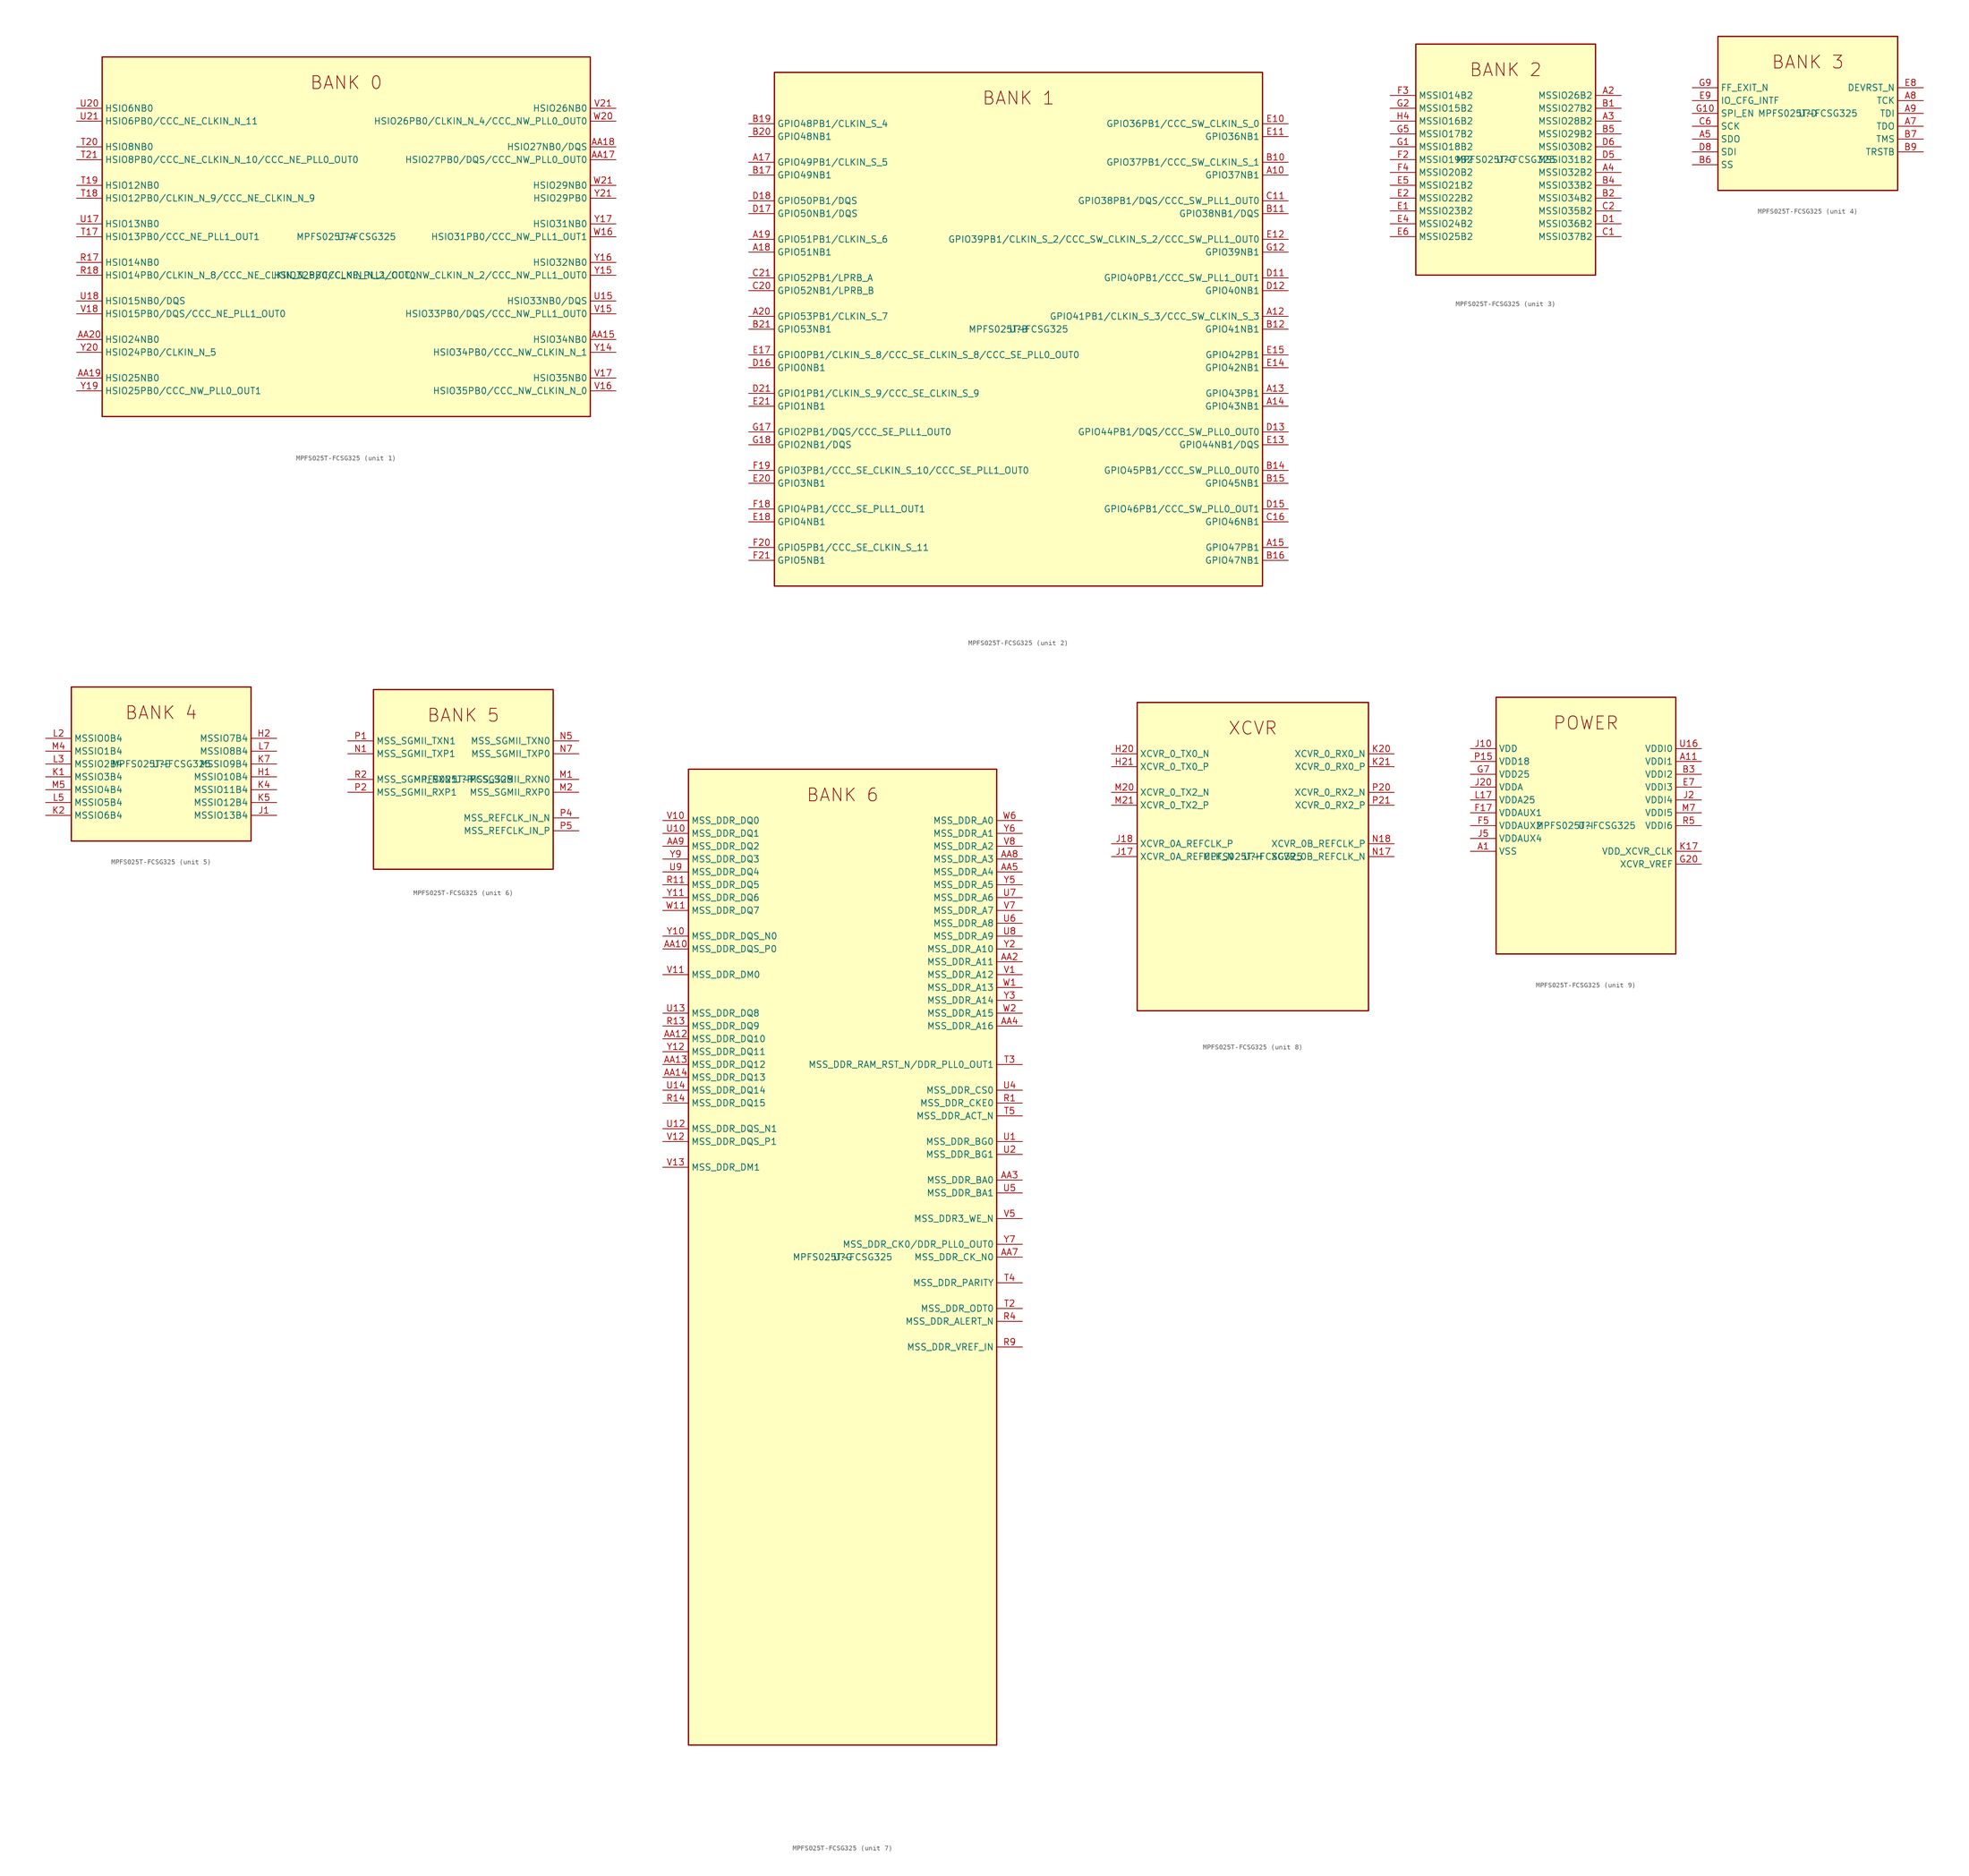
<source format=kicad_sym>
(kicad_symbol_lib
  (version 20211014)
  (generator kicad-library-utils)
  (symbol "MPFS025T-FCSG325"
    (property "Reference" "U"
      (at 0.0 0.0 0.0)
      (effects (font (size 1.27 1.27))))
    (property "Value" "MPFS025T-FCSG325"
      (at 0.0 0.0 0.0)
      (effects (font (size 1.27 1.27))))
    (property "ki_fp_filters" "Package?BGA:FCSG325?11x11mm?Layout21x21?P0.5mm*"
      (at 0.0 0.0 0.0)
      (effects (font (size 1.27 1.27))))
    (symbol "MPFS025T-FCSG325_1_1"
      (text "BANK 0" (at 0.0 30.48 0) (effects (font (size 2.54 2.54))))
      (rectangle (start -48.26 -35.56) (end 48.26 35.56) (stroke (width 0.254)) (fill (type background)))
      (pin bidirectional line (at -53.34 25.4 0) (length 5.08) (name "HSIO6NB0" (effects (font (size 1.27 1.27)))) (number "U20" (effects (font (size 1.27 1.27)))))
      (pin bidirectional line (at -53.34 22.86 0) (length 5.08) (name "HSIO6PB0/CCC_NE_CLKIN_N_11" (effects (font (size 1.27 1.27)))) (number "U21" (effects (font (size 1.27 1.27)))))
      (pin bidirectional line (at -53.34 17.78 0) (length 5.08) (name "HSIO8NB0" (effects (font (size 1.27 1.27)))) (number "T20" (effects (font (size 1.27 1.27)))))
      (pin bidirectional line (at -53.34 15.24 0) (length 5.08) (name "HSIO8PB0/CCC_NE_CLKIN_N_10/CCC_NE_PLL0_OUT0" (effects (font (size 1.27 1.27)))) (number "T21" (effects (font (size 1.27 1.27)))))
      (pin bidirectional line (at -53.34 10.16 0) (length 5.08) (name "HSIO12NB0" (effects (font (size 1.27 1.27)))) (number "T19" (effects (font (size 1.27 1.27)))))
      (pin bidirectional line (at -53.34 7.62 0) (length 5.08) (name "HSIO12PB0/CLKIN_N_9/CCC_NE_CLKIN_N_9" (effects (font (size 1.27 1.27)))) (number "T18" (effects (font (size 1.27 1.27)))))
      (pin bidirectional line (at -53.34 2.54 0) (length 5.08) (name "HSIO13NB0" (effects (font (size 1.27 1.27)))) (number "U17" (effects (font (size 1.27 1.27)))))
      (pin bidirectional line (at -53.34 0.0 0) (length 5.08) (name "HSIO13PB0/CCC_NE_PLL1_OUT1" (effects (font (size 1.27 1.27)))) (number "T17" (effects (font (size 1.27 1.27)))))
      (pin bidirectional line (at -53.34 -5.08 0) (length 5.08) (name "HSIO14NB0" (effects (font (size 1.27 1.27)))) (number "R17" (effects (font (size 1.27 1.27)))))
      (pin bidirectional line (at -53.34 -7.62 0) (length 5.08) (name "HSIO14PB0/CLKIN_N_8/CCC_NE_CLKIN_N_8/CCC_NE_PLL1_OUT0" (effects (font (size 1.27 1.27)))) (number "R18" (effects (font (size 1.27 1.27)))))
      (pin bidirectional line (at -53.34 -12.7 0) (length 5.08) (name "HSIO15NB0/DQS" (effects (font (size 1.27 1.27)))) (number "U18" (effects (font (size 1.27 1.27)))))
      (pin bidirectional line (at -53.34 -15.24 0) (length 5.08) (name "HSIO15PB0/DQS/CCC_NE_PLL1_OUT0" (effects (font (size 1.27 1.27)))) (number "V18" (effects (font (size 1.27 1.27)))))
      (pin bidirectional line (at -53.34 -20.32 0) (length 5.08) (name "HSIO24NB0" (effects (font (size 1.27 1.27)))) (number "AA20" (effects (font (size 1.27 1.27)))))
      (pin bidirectional line (at -53.34 -22.86 0) (length 5.08) (name "HSIO24PB0/CLKIN_N_5" (effects (font (size 1.27 1.27)))) (number "Y20" (effects (font (size 1.27 1.27)))))
      (pin bidirectional line (at -53.34 -27.94 0) (length 5.08) (name "HSIO25NB0" (effects (font (size 1.27 1.27)))) (number "AA19" (effects (font (size 1.27 1.27)))))
      (pin bidirectional line (at -53.34 -30.48 0) (length 5.08) (name "HSIO25PB0/CCC_NW_PLL0_OUT1" (effects (font (size 1.27 1.27)))) (number "Y19" (effects (font (size 1.27 1.27)))))
      (pin bidirectional line (at 53.34 25.4 180) (length 5.08) (name "HSIO26NB0" (effects (font (size 1.27 1.27)))) (number "V21" (effects (font (size 1.27 1.27)))))
      (pin bidirectional line (at 53.34 22.86 180) (length 5.08) (name "HSIO26PB0/CLKIN_N_4/CCC_NW_PLL0_OUT0" (effects (font (size 1.27 1.27)))) (number "W20" (effects (font (size 1.27 1.27)))))
      (pin bidirectional line (at 53.34 17.78 180) (length 5.08) (name "HSIO27NB0/DQS" (effects (font (size 1.27 1.27)))) (number "AA18" (effects (font (size 1.27 1.27)))))
      (pin bidirectional line (at 53.34 15.24 180) (length 5.08) (name "HSIO27PB0/DQS/CCC_NW_PLL0_OUT0" (effects (font (size 1.27 1.27)))) (number "AA17" (effects (font (size 1.27 1.27)))))
      (pin bidirectional line (at 53.34 10.16 180) (length 5.08) (name "HSIO29NB0" (effects (font (size 1.27 1.27)))) (number "W21" (effects (font (size 1.27 1.27)))))
      (pin bidirectional line (at 53.34 7.62 180) (length 5.08) (name "HSIO29PB0" (effects (font (size 1.27 1.27)))) (number "Y21" (effects (font (size 1.27 1.27)))))
      (pin bidirectional line (at 53.34 2.54 180) (length 5.08) (name "HSIO31NB0" (effects (font (size 1.27 1.27)))) (number "Y17" (effects (font (size 1.27 1.27)))))
      (pin bidirectional line (at 53.34 0.0 180) (length 5.08) (name "HSIO31PB0/CCC_NW_PLL1_OUT1" (effects (font (size 1.27 1.27)))) (number "W16" (effects (font (size 1.27 1.27)))))
      (pin bidirectional line (at 53.34 -5.08 180) (length 5.08) (name "HSIO32NB0" (effects (font (size 1.27 1.27)))) (number "Y16" (effects (font (size 1.27 1.27)))))
      (pin bidirectional line (at 53.34 -7.62 180) (length 5.08) (name "HSIO32PB0/CLKIN_N_2/CCC_NW_CLKIN_N_2/CCC_NW_PLL1_OUT0" (effects (font (size 1.27 1.27)))) (number "Y15" (effects (font (size 1.27 1.27)))))
      (pin bidirectional line (at 53.34 -12.7 180) (length 5.08) (name "HSIO33NB0/DQS" (effects (font (size 1.27 1.27)))) (number "U15" (effects (font (size 1.27 1.27)))))
      (pin bidirectional line (at 53.34 -15.24 180) (length 5.08) (name "HSIO33PB0/DQS/CCC_NW_PLL1_OUT0" (effects (font (size 1.27 1.27)))) (number "V15" (effects (font (size 1.27 1.27)))))
      (pin bidirectional line (at 53.34 -20.32 180) (length 5.08) (name "HSIO34NB0" (effects (font (size 1.27 1.27)))) (number "AA15" (effects (font (size 1.27 1.27)))))
      (pin bidirectional line (at 53.34 -22.86 180) (length 5.08) (name "HSIO34PB0/CCC_NW_CLKIN_N_1" (effects (font (size 1.27 1.27)))) (number "Y14" (effects (font (size 1.27 1.27)))))
      (pin bidirectional line (at 53.34 -27.94 180) (length 5.08) (name "HSIO35NB0" (effects (font (size 1.27 1.27)))) (number "V17" (effects (font (size 1.27 1.27)))))
      (pin bidirectional line (at 53.34 -30.48 180) (length 5.08) (name "HSIO35PB0/CCC_NW_CLKIN_N_0" (effects (font (size 1.27 1.27)))) (number "V16" (effects (font (size 1.27 1.27))))))
    (symbol "MPFS025T-FCSG325_2_1"
      (text "BANK 1" (at 0.0 45.72 0) (effects (font (size 2.54 2.54))))
      (rectangle (start -48.26 -50.8) (end 48.26 50.8) (stroke (width 0.254)) (fill (type background)))
      (pin bidirectional line (at -53.34 40.64 0) (length 5.08) (name "GPIO48PB1/CLKIN_S_4" (effects (font (size 1.27 1.27)))) (number "B19" (effects (font (size 1.27 1.27)))))
      (pin bidirectional line (at -53.34 38.1 0) (length 5.08) (name "GPIO48NB1" (effects (font (size 1.27 1.27)))) (number "B20" (effects (font (size 1.27 1.27)))))
      (pin bidirectional line (at -53.34 33.02 0) (length 5.08) (name "GPIO49PB1/CLKIN_S_5" (effects (font (size 1.27 1.27)))) (number "A17" (effects (font (size 1.27 1.27)))))
      (pin bidirectional line (at -53.34 30.48 0) (length 5.08) (name "GPIO49NB1" (effects (font (size 1.27 1.27)))) (number "B17" (effects (font (size 1.27 1.27)))))
      (pin bidirectional line (at -53.34 25.4 0) (length 5.08) (name "GPIO50PB1/DQS" (effects (font (size 1.27 1.27)))) (number "D18" (effects (font (size 1.27 1.27)))))
      (pin bidirectional line (at -53.34 22.86 0) (length 5.08) (name "GPIO50NB1/DQS" (effects (font (size 1.27 1.27)))) (number "D17" (effects (font (size 1.27 1.27)))))
      (pin bidirectional line (at -53.34 17.78 0) (length 5.08) (name "GPIO51PB1/CLKIN_S_6" (effects (font (size 1.27 1.27)))) (number "A19" (effects (font (size 1.27 1.27)))))
      (pin bidirectional line (at -53.34 15.24 0) (length 5.08) (name "GPIO51NB1" (effects (font (size 1.27 1.27)))) (number "A18" (effects (font (size 1.27 1.27)))))
      (pin bidirectional line (at -53.34 10.16 0) (length 5.08) (name "GPIO52PB1/LPRB_A" (effects (font (size 1.27 1.27)))) (number "C21" (effects (font (size 1.27 1.27)))))
      (pin bidirectional line (at -53.34 7.62 0) (length 5.08) (name "GPIO52NB1/LPRB_B" (effects (font (size 1.27 1.27)))) (number "C20" (effects (font (size 1.27 1.27)))))
      (pin bidirectional line (at -53.34 2.54 0) (length 5.08) (name "GPIO53PB1/CLKIN_S_7" (effects (font (size 1.27 1.27)))) (number "A20" (effects (font (size 1.27 1.27)))))
      (pin bidirectional line (at -53.34 0.0 0) (length 5.08) (name "GPIO53NB1" (effects (font (size 1.27 1.27)))) (number "B21" (effects (font (size 1.27 1.27)))))
      (pin bidirectional line (at -53.34 -5.08 0) (length 5.08) (name "GPIO0PB1/CLKIN_S_8/CCC_SE_CLKIN_S_8/CCC_SE_PLL0_OUT0" (effects (font (size 1.27 1.27)))) (number "E17" (effects (font (size 1.27 1.27)))))
      (pin bidirectional line (at -53.34 -7.62 0) (length 5.08) (name "GPIO0NB1" (effects (font (size 1.27 1.27)))) (number "D16" (effects (font (size 1.27 1.27)))))
      (pin bidirectional line (at -53.34 -12.7 0) (length 5.08) (name "GPIO1PB1/CLKIN_S_9/CCC_SE_CLKIN_S_9" (effects (font (size 1.27 1.27)))) (number "D21" (effects (font (size 1.27 1.27)))))
      (pin bidirectional line (at -53.34 -15.24 0) (length 5.08) (name "GPIO1NB1" (effects (font (size 1.27 1.27)))) (number "E21" (effects (font (size 1.27 1.27)))))
      (pin bidirectional line (at -53.34 -20.32 0) (length 5.08) (name "GPIO2PB1/DQS/CCC_SE_PLL1_OUT0" (effects (font (size 1.27 1.27)))) (number "G17" (effects (font (size 1.27 1.27)))))
      (pin bidirectional line (at -53.34 -22.86 0) (length 5.08) (name "GPIO2NB1/DQS" (effects (font (size 1.27 1.27)))) (number "G18" (effects (font (size 1.27 1.27)))))
      (pin bidirectional line (at -53.34 -27.94 0) (length 5.08) (name "GPIO3PB1/CCC_SE_CLKIN_S_10/CCC_SE_PLL1_OUT0" (effects (font (size 1.27 1.27)))) (number "F19" (effects (font (size 1.27 1.27)))))
      (pin bidirectional line (at -53.34 -30.48 0) (length 5.08) (name "GPIO3NB1" (effects (font (size 1.27 1.27)))) (number "E20" (effects (font (size 1.27 1.27)))))
      (pin bidirectional line (at -53.34 -35.56 0) (length 5.08) (name "GPIO4PB1/CCC_SE_PLL1_OUT1" (effects (font (size 1.27 1.27)))) (number "F18" (effects (font (size 1.27 1.27)))))
      (pin bidirectional line (at -53.34 -38.1 0) (length 5.08) (name "GPIO4NB1" (effects (font (size 1.27 1.27)))) (number "E18" (effects (font (size 1.27 1.27)))))
      (pin bidirectional line (at -53.34 -43.18 0) (length 5.08) (name "GPIO5PB1/CCC_SE_CLKIN_S_11" (effects (font (size 1.27 1.27)))) (number "F20" (effects (font (size 1.27 1.27)))))
      (pin bidirectional line (at -53.34 -45.72 0) (length 5.08) (name "GPIO5NB1" (effects (font (size 1.27 1.27)))) (number "F21" (effects (font (size 1.27 1.27)))))
      (pin bidirectional line (at 53.34 40.64 180) (length 5.08) (name "GPIO36PB1/CCC_SW_CLKIN_S_0" (effects (font (size 1.27 1.27)))) (number "E10" (effects (font (size 1.27 1.27)))))
      (pin bidirectional line (at 53.34 38.1 180) (length 5.08) (name "GPIO36NB1" (effects (font (size 1.27 1.27)))) (number "E11" (effects (font (size 1.27 1.27)))))
      (pin bidirectional line (at 53.34 33.02 180) (length 5.08) (name "GPIO37PB1/CCC_SW_CLKIN_S_1" (effects (font (size 1.27 1.27)))) (number "B10" (effects (font (size 1.27 1.27)))))
      (pin bidirectional line (at 53.34 30.48 180) (length 5.08) (name "GPIO37NB1" (effects (font (size 1.27 1.27)))) (number "A10" (effects (font (size 1.27 1.27)))))
      (pin bidirectional line (at 53.34 25.4 180) (length 5.08) (name "GPIO38PB1/DQS/CCC_SW_PLL1_OUT0" (effects (font (size 1.27 1.27)))) (number "C11" (effects (font (size 1.27 1.27)))))
      (pin bidirectional line (at 53.34 22.86 180) (length 5.08) (name "GPIO38NB1/DQS" (effects (font (size 1.27 1.27)))) (number "B11" (effects (font (size 1.27 1.27)))))
      (pin bidirectional line (at 53.34 17.78 180) (length 5.08) (name "GPIO39PB1/CLKIN_S_2/CCC_SW_CLKIN_S_2/CCC_SW_PLL1_OUT0" (effects (font (size 1.27 1.27)))) (number "E12" (effects (font (size 1.27 1.27)))))
      (pin bidirectional line (at 53.34 15.24 180) (length 5.08) (name "GPIO39NB1" (effects (font (size 1.27 1.27)))) (number "G12" (effects (font (size 1.27 1.27)))))
      (pin bidirectional line (at 53.34 10.16 180) (length 5.08) (name "GPIO40PB1/CCC_SW_PLL1_OUT1" (effects (font (size 1.27 1.27)))) (number "D11" (effects (font (size 1.27 1.27)))))
      (pin bidirectional line (at 53.34 7.62 180) (length 5.08) (name "GPIO40NB1" (effects (font (size 1.27 1.27)))) (number "D12" (effects (font (size 1.27 1.27)))))
      (pin bidirectional line (at 53.34 2.54 180) (length 5.08) (name "GPIO41PB1/CLKIN_S_3/CCC_SW_CLKIN_S_3" (effects (font (size 1.27 1.27)))) (number "A12" (effects (font (size 1.27 1.27)))))
      (pin bidirectional line (at 53.34 0.0 180) (length 5.08) (name "GPIO41NB1" (effects (font (size 1.27 1.27)))) (number "B12" (effects (font (size 1.27 1.27)))))
      (pin bidirectional line (at 53.34 -5.08 180) (length 5.08) (name "GPIO42PB1" (effects (font (size 1.27 1.27)))) (number "E15" (effects (font (size 1.27 1.27)))))
      (pin bidirectional line (at 53.34 -7.62 180) (length 5.08) (name "GPIO42NB1" (effects (font (size 1.27 1.27)))) (number "E14" (effects (font (size 1.27 1.27)))))
      (pin bidirectional line (at 53.34 -12.7 180) (length 5.08) (name "GPIO43PB1" (effects (font (size 1.27 1.27)))) (number "A13" (effects (font (size 1.27 1.27)))))
      (pin bidirectional line (at 53.34 -15.24 180) (length 5.08) (name "GPIO43NB1" (effects (font (size 1.27 1.27)))) (number "A14" (effects (font (size 1.27 1.27)))))
      (pin bidirectional line (at 53.34 -20.32 180) (length 5.08) (name "GPIO44PB1/DQS/CCC_SW_PLL0_OUT0" (effects (font (size 1.27 1.27)))) (number "D13" (effects (font (size 1.27 1.27)))))
      (pin bidirectional line (at 53.34 -22.86 180) (length 5.08) (name "GPIO44NB1/DQS" (effects (font (size 1.27 1.27)))) (number "E13" (effects (font (size 1.27 1.27)))))
      (pin bidirectional line (at 53.34 -27.94 180) (length 5.08) (name "GPIO45PB1/CCC_SW_PLL0_OUT0" (effects (font (size 1.27 1.27)))) (number "B14" (effects (font (size 1.27 1.27)))))
      (pin bidirectional line (at 53.34 -30.48 180) (length 5.08) (name "GPIO45NB1" (effects (font (size 1.27 1.27)))) (number "B15" (effects (font (size 1.27 1.27)))))
      (pin bidirectional line (at 53.34 -35.56 180) (length 5.08) (name "GPIO46PB1/CCC_SW_PLL0_OUT1" (effects (font (size 1.27 1.27)))) (number "D15" (effects (font (size 1.27 1.27)))))
      (pin bidirectional line (at 53.34 -38.1 180) (length 5.08) (name "GPIO46NB1" (effects (font (size 1.27 1.27)))) (number "C16" (effects (font (size 1.27 1.27)))))
      (pin bidirectional line (at 53.34 -43.18 180) (length 5.08) (name "GPIO47PB1" (effects (font (size 1.27 1.27)))) (number "A15" (effects (font (size 1.27 1.27)))))
      (pin bidirectional line (at 53.34 -45.72 180) (length 5.08) (name "GPIO47NB1" (effects (font (size 1.27 1.27)))) (number "B16" (effects (font (size 1.27 1.27))))))
    (symbol "MPFS025T-FCSG325_3_1"
      (text "BANK 2" (at 0.0 17.78 0) (effects (font (size 2.54 2.54))))
      (rectangle (start -17.78 -22.86) (end 17.78 22.86) (stroke (width 0.254)) (fill (type background)))
      (pin bidirectional line (at -22.86 12.7 0) (length 5.08) (name "MSSIO14B2" (effects (font (size 1.27 1.27)))) (number "F3" (effects (font (size 1.27 1.27)))))
      (pin bidirectional line (at -22.86 10.16 0) (length 5.08) (name "MSSIO15B2" (effects (font (size 1.27 1.27)))) (number "G2" (effects (font (size 1.27 1.27)))))
      (pin bidirectional line (at -22.86 7.62 0) (length 5.08) (name "MSSIO16B2" (effects (font (size 1.27 1.27)))) (number "H4" (effects (font (size 1.27 1.27)))))
      (pin bidirectional line (at -22.86 5.08 0) (length 5.08) (name "MSSIO17B2" (effects (font (size 1.27 1.27)))) (number "G5" (effects (font (size 1.27 1.27)))))
      (pin bidirectional line (at -22.86 2.54 0) (length 5.08) (name "MSSIO18B2" (effects (font (size 1.27 1.27)))) (number "G1" (effects (font (size 1.27 1.27)))))
      (pin bidirectional line (at -22.86 0.0 0) (length 5.08) (name "MSSIO19B2" (effects (font (size 1.27 1.27)))) (number "F2" (effects (font (size 1.27 1.27)))))
      (pin bidirectional line (at -22.86 -2.54 0) (length 5.08) (name "MSSIO20B2" (effects (font (size 1.27 1.27)))) (number "F4" (effects (font (size 1.27 1.27)))))
      (pin bidirectional line (at -22.86 -5.08 0) (length 5.08) (name "MSSIO21B2" (effects (font (size 1.27 1.27)))) (number "E5" (effects (font (size 1.27 1.27)))))
      (pin bidirectional line (at -22.86 -7.62 0) (length 5.08) (name "MSSIO22B2" (effects (font (size 1.27 1.27)))) (number "E2" (effects (font (size 1.27 1.27)))))
      (pin bidirectional line (at -22.86 -10.16 0) (length 5.08) (name "MSSIO23B2" (effects (font (size 1.27 1.27)))) (number "E1" (effects (font (size 1.27 1.27)))))
      (pin bidirectional line (at -22.86 -12.7 0) (length 5.08) (name "MSSIO24B2" (effects (font (size 1.27 1.27)))) (number "E4" (effects (font (size 1.27 1.27)))))
      (pin bidirectional line (at -22.86 -15.24 0) (length 5.08) (name "MSSIO25B2" (effects (font (size 1.27 1.27)))) (number "E6" (effects (font (size 1.27 1.27)))))
      (pin bidirectional line (at 22.86 12.7 180) (length 5.08) (name "MSSIO26B2" (effects (font (size 1.27 1.27)))) (number "A2" (effects (font (size 1.27 1.27)))))
      (pin bidirectional line (at 22.86 10.16 180) (length 5.08) (name "MSSIO27B2" (effects (font (size 1.27 1.27)))) (number "B1" (effects (font (size 1.27 1.27)))))
      (pin bidirectional line (at 22.86 7.62 180) (length 5.08) (name "MSSIO28B2" (effects (font (size 1.27 1.27)))) (number "A3" (effects (font (size 1.27 1.27)))))
      (pin bidirectional line (at 22.86 5.08 180) (length 5.08) (name "MSSIO29B2" (effects (font (size 1.27 1.27)))) (number "B5" (effects (font (size 1.27 1.27)))))
      (pin bidirectional line (at 22.86 2.54 180) (length 5.08) (name "MSSIO30B2" (effects (font (size 1.27 1.27)))) (number "D6" (effects (font (size 1.27 1.27)))))
      (pin bidirectional line (at 22.86 0.0 180) (length 5.08) (name "MSSIO31B2" (effects (font (size 1.27 1.27)))) (number "D5" (effects (font (size 1.27 1.27)))))
      (pin bidirectional line (at 22.86 -2.54 180) (length 5.08) (name "MSSIO32B2" (effects (font (size 1.27 1.27)))) (number "A4" (effects (font (size 1.27 1.27)))))
      (pin bidirectional line (at 22.86 -5.08 180) (length 5.08) (name "MSSIO33B2" (effects (font (size 1.27 1.27)))) (number "B4" (effects (font (size 1.27 1.27)))))
      (pin bidirectional line (at 22.86 -7.62 180) (length 5.08) (name "MSSIO34B2" (effects (font (size 1.27 1.27)))) (number "B2" (effects (font (size 1.27 1.27)))))
      (pin bidirectional line (at 22.86 -10.16 180) (length 5.08) (name "MSSIO35B2" (effects (font (size 1.27 1.27)))) (number "C2" (effects (font (size 1.27 1.27)))))
      (pin bidirectional line (at 22.86 -12.7 180) (length 5.08) (name "MSSIO36B2" (effects (font (size 1.27 1.27)))) (number "D1" (effects (font (size 1.27 1.27)))))
      (pin bidirectional line (at 22.86 -15.24 180) (length 5.08) (name "MSSIO37B2" (effects (font (size 1.27 1.27)))) (number "C1" (effects (font (size 1.27 1.27))))))
    (symbol "MPFS025T-FCSG325_4_1"
      (text "BANK 3" (at 0.0 10.16 0) (effects (font (size 2.54 2.54))))
      (rectangle (start -17.78 -15.24) (end 17.78 15.24) (stroke (width 0.254)) (fill (type background)))
      (pin input line (at -22.86 5.08 0) (length 5.08) (name "FF_EXIT_N" (effects (font (size 1.27 1.27)))) (number "G9" (effects (font (size 1.27 1.27)))))
      (pin input line (at -22.86 2.54 0) (length 5.08) (name "IO_CFG_INTF" (effects (font (size 1.27 1.27)))) (number "E9" (effects (font (size 1.27 1.27)))))
      (pin input line (at -22.86 0.0 0) (length 5.08) (name "SPI_EN" (effects (font (size 1.27 1.27)))) (number "G10" (effects (font (size 1.27 1.27)))))
      (pin bidirectional line (at -22.86 -2.54 0) (length 5.08) (name "SCK" (effects (font (size 1.27 1.27)))) (number "C6" (effects (font (size 1.27 1.27)))))
      (pin output line (at -22.86 -5.08 0) (length 5.08) (name "SDO" (effects (font (size 1.27 1.27)))) (number "A5" (effects (font (size 1.27 1.27)))))
      (pin input line (at -22.86 -7.62 0) (length 5.08) (name "SDI" (effects (font (size 1.27 1.27)))) (number "D8" (effects (font (size 1.27 1.27)))))
      (pin bidirectional line (at -22.86 -10.16 0) (length 5.08) (name "SS" (effects (font (size 1.27 1.27)))) (number "B6" (effects (font (size 1.27 1.27)))))
      (pin input line (at 22.86 5.08 180) (length 5.08) (name "DEVRST_N" (effects (font (size 1.27 1.27)))) (number "E8" (effects (font (size 1.27 1.27)))))
      (pin input line (at 22.86 2.54 180) (length 5.08) (name "TCK" (effects (font (size 1.27 1.27)))) (number "A8" (effects (font (size 1.27 1.27)))))
      (pin input line (at 22.86 0.0 180) (length 5.08) (name "TDI" (effects (font (size 1.27 1.27)))) (number "A9" (effects (font (size 1.27 1.27)))))
      (pin output line (at 22.86 -2.54 180) (length 5.08) (name "TDO" (effects (font (size 1.27 1.27)))) (number "A7" (effects (font (size 1.27 1.27)))))
      (pin input line (at 22.86 -5.08 180) (length 5.08) (name "TMS" (effects (font (size 1.27 1.27)))) (number "B7" (effects (font (size 1.27 1.27)))))
      (pin input line (at 22.86 -7.62 180) (length 5.08) (name "TRSTB" (effects (font (size 1.27 1.27)))) (number "B9" (effects (font (size 1.27 1.27))))))
    (symbol "MPFS025T-FCSG325_5_1"
      (text "BANK 4" (at 0.0 10.16 0) (effects (font (size 2.54 2.54))))
      (rectangle (start -17.78 -15.24) (end 17.78 15.24) (stroke (width 0.254)) (fill (type background)))
      (pin bidirectional line (at -22.86 5.08 0) (length 5.08) (name "MSSIO0B4" (effects (font (size 1.27 1.27)))) (number "L2" (effects (font (size 1.27 1.27)))))
      (pin bidirectional line (at -22.86 2.54 0) (length 5.08) (name "MSSIO1B4" (effects (font (size 1.27 1.27)))) (number "M4" (effects (font (size 1.27 1.27)))))
      (pin bidirectional line (at -22.86 0.0 0) (length 5.08) (name "MSSIO2B4" (effects (font (size 1.27 1.27)))) (number "L3" (effects (font (size 1.27 1.27)))))
      (pin bidirectional line (at -22.86 -2.54 0) (length 5.08) (name "MSSIO3B4" (effects (font (size 1.27 1.27)))) (number "K1" (effects (font (size 1.27 1.27)))))
      (pin bidirectional line (at -22.86 -5.08 0) (length 5.08) (name "MSSIO4B4" (effects (font (size 1.27 1.27)))) (number "M5" (effects (font (size 1.27 1.27)))))
      (pin bidirectional line (at -22.86 -7.62 0) (length 5.08) (name "MSSIO5B4" (effects (font (size 1.27 1.27)))) (number "L5" (effects (font (size 1.27 1.27)))))
      (pin bidirectional line (at -22.86 -10.16 0) (length 5.08) (name "MSSIO6B4" (effects (font (size 1.27 1.27)))) (number "K2" (effects (font (size 1.27 1.27)))))
      (pin bidirectional line (at 22.86 5.08 180) (length 5.08) (name "MSSIO7B4" (effects (font (size 1.27 1.27)))) (number "H2" (effects (font (size 1.27 1.27)))))
      (pin bidirectional line (at 22.86 2.54 180) (length 5.08) (name "MSSIO8B4" (effects (font (size 1.27 1.27)))) (number "L7" (effects (font (size 1.27 1.27)))))
      (pin bidirectional line (at 22.86 0.0 180) (length 5.08) (name "MSSIO9B4" (effects (font (size 1.27 1.27)))) (number "K7" (effects (font (size 1.27 1.27)))))
      (pin bidirectional line (at 22.86 -2.54 180) (length 5.08) (name "MSSIO10B4" (effects (font (size 1.27 1.27)))) (number "H1" (effects (font (size 1.27 1.27)))))
      (pin bidirectional line (at 22.86 -5.08 180) (length 5.08) (name "MSSIO11B4" (effects (font (size 1.27 1.27)))) (number "K4" (effects (font (size 1.27 1.27)))))
      (pin bidirectional line (at 22.86 -7.62 180) (length 5.08) (name "MSSIO12B4" (effects (font (size 1.27 1.27)))) (number "K5" (effects (font (size 1.27 1.27)))))
      (pin bidirectional line (at 22.86 -10.16 180) (length 5.08) (name "MSSIO13B4" (effects (font (size 1.27 1.27)))) (number "J1" (effects (font (size 1.27 1.27))))))
    (symbol "MPFS025T-FCSG325_6_1"
      (text "BANK 5" (at 0.0 12.7 0) (effects (font (size 2.54 2.54))))
      (rectangle (start -17.78 -17.78) (end 17.78 17.78) (stroke (width 0.254)) (fill (type background)))
      (pin bidirectional line (at -22.86 7.62 0) (length 5.08) (name "MSS_SGMII_TXN1" (effects (font (size 1.27 1.27)))) (number "P1" (effects (font (size 1.27 1.27)))))
      (pin bidirectional line (at -22.86 5.08 0) (length 5.08) (name "MSS_SGMII_TXP1" (effects (font (size 1.27 1.27)))) (number "N1" (effects (font (size 1.27 1.27)))))
      (pin bidirectional line (at -22.86 0.0 0) (length 5.08) (name "MSS_SGMII_RXN1" (effects (font (size 1.27 1.27)))) (number "R2" (effects (font (size 1.27 1.27)))))
      (pin bidirectional line (at -22.86 -2.54 0) (length 5.08) (name "MSS_SGMII_RXP1" (effects (font (size 1.27 1.27)))) (number "P2" (effects (font (size 1.27 1.27)))))
      (pin bidirectional line (at 22.86 7.62 180) (length 5.08) (name "MSS_SGMII_TXN0" (effects (font (size 1.27 1.27)))) (number "N5" (effects (font (size 1.27 1.27)))))
      (pin bidirectional line (at 22.86 5.08 180) (length 5.08) (name "MSS_SGMII_TXP0" (effects (font (size 1.27 1.27)))) (number "N7" (effects (font (size 1.27 1.27)))))
      (pin bidirectional line (at 22.86 0.0 180) (length 5.08) (name "MSS_SGMII_RXN0" (effects (font (size 1.27 1.27)))) (number "M1" (effects (font (size 1.27 1.27)))))
      (pin bidirectional line (at 22.86 -2.54 180) (length 5.08) (name "MSS_SGMII_RXP0" (effects (font (size 1.27 1.27)))) (number "M2" (effects (font (size 1.27 1.27)))))
      (pin bidirectional line (at 22.86 -7.62 180) (length 5.08) (name "MSS_REFCLK_IN_N" (effects (font (size 1.27 1.27)))) (number "P4" (effects (font (size 1.27 1.27)))))
      (pin bidirectional line (at 22.86 -10.16 180) (length 5.08) (name "MSS_REFCLK_IN_P" (effects (font (size 1.27 1.27)))) (number "P5" (effects (font (size 1.27 1.27))))))
    (symbol "MPFS025T-FCSG325_7_1"
      (text "BANK 6" (at 0.0 91.44 0) (effects (font (size 2.54 2.54))))
      (rectangle (start -30.48 -96.52) (end 30.48 96.52) (stroke (width 0.254)) (fill (type background)))
      (pin bidirectional line (at -35.56 86.36 0) (length 5.08) (name "MSS_DDR_DQ0" (effects (font (size 1.27 1.27)))) (number "V10" (effects (font (size 1.27 1.27)))))
      (pin bidirectional line (at -35.56 83.82 0) (length 5.08) (name "MSS_DDR_DQ1" (effects (font (size 1.27 1.27)))) (number "U10" (effects (font (size 1.27 1.27)))))
      (pin bidirectional line (at -35.56 81.28 0) (length 5.08) (name "MSS_DDR_DQ2" (effects (font (size 1.27 1.27)))) (number "AA9" (effects (font (size 1.27 1.27)))))
      (pin bidirectional line (at -35.56 78.74 0) (length 5.08) (name "MSS_DDR_DQ3" (effects (font (size 1.27 1.27)))) (number "Y9" (effects (font (size 1.27 1.27)))))
      (pin bidirectional line (at -35.56 76.2 0) (length 5.08) (name "MSS_DDR_DQ4" (effects (font (size 1.27 1.27)))) (number "U9" (effects (font (size 1.27 1.27)))))
      (pin bidirectional line (at -35.56 73.66 0) (length 5.08) (name "MSS_DDR_DQ5" (effects (font (size 1.27 1.27)))) (number "R11" (effects (font (size 1.27 1.27)))))
      (pin bidirectional line (at -35.56 71.12 0) (length 5.08) (name "MSS_DDR_DQ6" (effects (font (size 1.27 1.27)))) (number "Y11" (effects (font (size 1.27 1.27)))))
      (pin bidirectional line (at -35.56 68.58 0) (length 5.08) (name "MSS_DDR_DQ7" (effects (font (size 1.27 1.27)))) (number "W11" (effects (font (size 1.27 1.27)))))
      (pin bidirectional line (at -35.56 63.5 0) (length 5.08) (name "MSS_DDR_DQS_N0" (effects (font (size 1.27 1.27)))) (number "Y10" (effects (font (size 1.27 1.27)))))
      (pin bidirectional line (at -35.56 60.96 0) (length 5.08) (name "MSS_DDR_DQS_P0" (effects (font (size 1.27 1.27)))) (number "AA10" (effects (font (size 1.27 1.27)))))
      (pin bidirectional line (at -35.56 55.88 0) (length 5.08) (name "MSS_DDR_DM0" (effects (font (size 1.27 1.27)))) (number "V11" (effects (font (size 1.27 1.27)))))
      (pin bidirectional line (at -35.56 48.26 0) (length 5.08) (name "MSS_DDR_DQ8" (effects (font (size 1.27 1.27)))) (number "U13" (effects (font (size 1.27 1.27)))))
      (pin bidirectional line (at -35.56 45.72 0) (length 5.08) (name "MSS_DDR_DQ9" (effects (font (size 1.27 1.27)))) (number "R13" (effects (font (size 1.27 1.27)))))
      (pin bidirectional line (at -35.56 43.18 0) (length 5.08) (name "MSS_DDR_DQ10" (effects (font (size 1.27 1.27)))) (number "AA12" (effects (font (size 1.27 1.27)))))
      (pin bidirectional line (at -35.56 40.64 0) (length 5.08) (name "MSS_DDR_DQ11" (effects (font (size 1.27 1.27)))) (number "Y12" (effects (font (size 1.27 1.27)))))
      (pin bidirectional line (at -35.56 38.1 0) (length 5.08) (name "MSS_DDR_DQ12" (effects (font (size 1.27 1.27)))) (number "AA13" (effects (font (size 1.27 1.27)))))
      (pin bidirectional line (at -35.56 35.56 0) (length 5.08) (name "MSS_DDR_DQ13" (effects (font (size 1.27 1.27)))) (number "AA14" (effects (font (size 1.27 1.27)))))
      (pin bidirectional line (at -35.56 33.02 0) (length 5.08) (name "MSS_DDR_DQ14" (effects (font (size 1.27 1.27)))) (number "U14" (effects (font (size 1.27 1.27)))))
      (pin bidirectional line (at -35.56 30.48 0) (length 5.08) (name "MSS_DDR_DQ15" (effects (font (size 1.27 1.27)))) (number "R14" (effects (font (size 1.27 1.27)))))
      (pin bidirectional line (at -35.56 25.4 0) (length 5.08) (name "MSS_DDR_DQS_N1" (effects (font (size 1.27 1.27)))) (number "U12" (effects (font (size 1.27 1.27)))))
      (pin bidirectional line (at -35.56 22.86 0) (length 5.08) (name "MSS_DDR_DQS_P1" (effects (font (size 1.27 1.27)))) (number "V12" (effects (font (size 1.27 1.27)))))
      (pin bidirectional line (at -35.56 17.78 0) (length 5.08) (name "MSS_DDR_DM1" (effects (font (size 1.27 1.27)))) (number "V13" (effects (font (size 1.27 1.27)))))
      (pin bidirectional line (at 35.56 86.36 180) (length 5.08) (name "MSS_DDR_A0" (effects (font (size 1.27 1.27)))) (number "W6" (effects (font (size 1.27 1.27)))))
      (pin bidirectional line (at 35.56 83.82 180) (length 5.08) (name "MSS_DDR_A1" (effects (font (size 1.27 1.27)))) (number "Y6" (effects (font (size 1.27 1.27)))))
      (pin bidirectional line (at 35.56 81.28 180) (length 5.08) (name "MSS_DDR_A2" (effects (font (size 1.27 1.27)))) (number "V8" (effects (font (size 1.27 1.27)))))
      (pin bidirectional line (at 35.56 78.74 180) (length 5.08) (name "MSS_DDR_A3" (effects (font (size 1.27 1.27)))) (number "AA8" (effects (font (size 1.27 1.27)))))
      (pin bidirectional line (at 35.56 76.2 180) (length 5.08) (name "MSS_DDR_A4" (effects (font (size 1.27 1.27)))) (number "AA5" (effects (font (size 1.27 1.27)))))
      (pin bidirectional line (at 35.56 73.66 180) (length 5.08) (name "MSS_DDR_A5" (effects (font (size 1.27 1.27)))) (number "Y5" (effects (font (size 1.27 1.27)))))
      (pin bidirectional line (at 35.56 71.12 180) (length 5.08) (name "MSS_DDR_A6" (effects (font (size 1.27 1.27)))) (number "U7" (effects (font (size 1.27 1.27)))))
      (pin bidirectional line (at 35.56 68.58 180) (length 5.08) (name "MSS_DDR_A7" (effects (font (size 1.27 1.27)))) (number "V7" (effects (font (size 1.27 1.27)))))
      (pin bidirectional line (at 35.56 66.04 180) (length 5.08) (name "MSS_DDR_A8" (effects (font (size 1.27 1.27)))) (number "U6" (effects (font (size 1.27 1.27)))))
      (pin bidirectional line (at 35.56 63.5 180) (length 5.08) (name "MSS_DDR_A9" (effects (font (size 1.27 1.27)))) (number "U8" (effects (font (size 1.27 1.27)))))
      (pin bidirectional line (at 35.56 60.96 180) (length 5.08) (name "MSS_DDR_A10" (effects (font (size 1.27 1.27)))) (number "Y2" (effects (font (size 1.27 1.27)))))
      (pin bidirectional line (at 35.56 58.42 180) (length 5.08) (name "MSS_DDR_A11" (effects (font (size 1.27 1.27)))) (number "AA2" (effects (font (size 1.27 1.27)))))
      (pin bidirectional line (at 35.56 55.88 180) (length 5.08) (name "MSS_DDR_A12" (effects (font (size 1.27 1.27)))) (number "V1" (effects (font (size 1.27 1.27)))))
      (pin bidirectional line (at 35.56 53.34 180) (length 5.08) (name "MSS_DDR_A13" (effects (font (size 1.27 1.27)))) (number "W1" (effects (font (size 1.27 1.27)))))
      (pin bidirectional line (at 35.56 50.8 180) (length 5.08) (name "MSS_DDR_A14" (effects (font (size 1.27 1.27)))) (number "Y3" (effects (font (size 1.27 1.27)))))
      (pin bidirectional line (at 35.56 48.26 180) (length 5.08) (name "MSS_DDR_A15" (effects (font (size 1.27 1.27)))) (number "W2" (effects (font (size 1.27 1.27)))))
      (pin bidirectional line (at 35.56 45.72 180) (length 5.08) (name "MSS_DDR_A16" (effects (font (size 1.27 1.27)))) (number "AA4" (effects (font (size 1.27 1.27)))))
      (pin bidirectional line (at 35.56 38.1 180) (length 5.08) (name "MSS_DDR_RAM_RST_N/DDR_PLL0_OUT1" (effects (font (size 1.27 1.27)))) (number "T3" (effects (font (size 1.27 1.27)))))
      (pin bidirectional line (at 35.56 33.02 180) (length 5.08) (name "MSS_DDR_CS0" (effects (font (size 1.27 1.27)))) (number "U4" (effects (font (size 1.27 1.27)))))
      (pin bidirectional line (at 35.56 30.48 180) (length 5.08) (name "MSS_DDR_CKE0" (effects (font (size 1.27 1.27)))) (number "R1" (effects (font (size 1.27 1.27)))))
      (pin bidirectional line (at 35.56 27.94 180) (length 5.08) (name "MSS_DDR_ACT_N" (effects (font (size 1.27 1.27)))) (number "T5" (effects (font (size 1.27 1.27)))))
      (pin bidirectional line (at 35.56 22.86 180) (length 5.08) (name "MSS_DDR_BG0" (effects (font (size 1.27 1.27)))) (number "U1" (effects (font (size 1.27 1.27)))))
      (pin bidirectional line (at 35.56 20.32 180) (length 5.08) (name "MSS_DDR_BG1" (effects (font (size 1.27 1.27)))) (number "U2" (effects (font (size 1.27 1.27)))))
      (pin bidirectional line (at 35.56 15.24 180) (length 5.08) (name "MSS_DDR_BA0" (effects (font (size 1.27 1.27)))) (number "AA3" (effects (font (size 1.27 1.27)))))
      (pin bidirectional line (at 35.56 12.7 180) (length 5.08) (name "MSS_DDR_BA1" (effects (font (size 1.27 1.27)))) (number "U5" (effects (font (size 1.27 1.27)))))
      (pin bidirectional line (at 35.56 7.62 180) (length 5.08) (name "MSS_DDR3_WE_N" (effects (font (size 1.27 1.27)))) (number "V5" (effects (font (size 1.27 1.27)))))
      (pin bidirectional line (at 35.56 2.54 180) (length 5.08) (name "MSS_DDR_CK0/DDR_PLL0_OUT0" (effects (font (size 1.27 1.27)))) (number "Y7" (effects (font (size 1.27 1.27)))))
      (pin bidirectional line (at 35.56 0.0 180) (length 5.08) (name "MSS_DDR_CK_N0" (effects (font (size 1.27 1.27)))) (number "AA7" (effects (font (size 1.27 1.27)))))
      (pin bidirectional line (at 35.56 -5.08 180) (length 5.08) (name "MSS_DDR_PARITY" (effects (font (size 1.27 1.27)))) (number "T4" (effects (font (size 1.27 1.27)))))
      (pin bidirectional line (at 35.56 -10.16 180) (length 5.08) (name "MSS_DDR_ODT0" (effects (font (size 1.27 1.27)))) (number "T2" (effects (font (size 1.27 1.27)))))
      (pin bidirectional line (at 35.56 -12.7 180) (length 5.08) (name "MSS_DDR_ALERT_N" (effects (font (size 1.27 1.27)))) (number "R4" (effects (font (size 1.27 1.27)))))
      (pin input line (at 35.56 -17.78 180) (length 5.08) (name "MSS_DDR_VREF_IN" (effects (font (size 1.27 1.27)))) (number "R9" (effects (font (size 1.27 1.27))))))
    (symbol "MPFS025T-FCSG325_8_1"
      (text "XCVR" (at 0.0 25.4 0) (effects (font (size 2.54 2.54))))
      (rectangle (start -22.86 -30.48) (end 22.86 30.48) (stroke (width 0.254)) (fill (type background)))
      (pin output line (at -27.94 20.32 0) (length 5.08) (name "XCVR_0_TX0_N" (effects (font (size 1.27 1.27)))) (number "H20" (effects (font (size 1.27 1.27)))))
      (pin output line (at -27.94 17.78 0) (length 5.08) (name "XCVR_0_TX0_P" (effects (font (size 1.27 1.27)))) (number "H21" (effects (font (size 1.27 1.27)))))
      (pin output line (at -27.94 12.7 0) (length 5.08) (name "XCVR_0_TX2_N" (effects (font (size 1.27 1.27)))) (number "M20" (effects (font (size 1.27 1.27)))))
      (pin output line (at -27.94 10.16 0) (length 5.08) (name "XCVR_0_TX2_P" (effects (font (size 1.27 1.27)))) (number "M21" (effects (font (size 1.27 1.27)))))
      (pin input line (at -27.94 2.54 0) (length 5.08) (name "XCVR_0A_REFCLK_P" (effects (font (size 1.27 1.27)))) (number "J18" (effects (font (size 1.27 1.27)))))
      (pin input line (at -27.94 0.0 0) (length 5.08) (name "XCVR_0A_REFCLK_N" (effects (font (size 1.27 1.27)))) (number "J17" (effects (font (size 1.27 1.27)))))
      (pin input line (at 27.94 20.32 180) (length 5.08) (name "XCVR_0_RX0_N" (effects (font (size 1.27 1.27)))) (number "K20" (effects (font (size 1.27 1.27)))))
      (pin input line (at 27.94 17.78 180) (length 5.08) (name "XCVR_0_RX0_P" (effects (font (size 1.27 1.27)))) (number "K21" (effects (font (size 1.27 1.27)))))
      (pin input line (at 27.94 12.7 180) (length 5.08) (name "XCVR_0_RX2_N" (effects (font (size 1.27 1.27)))) (number "P20" (effects (font (size 1.27 1.27)))))
      (pin input line (at 27.94 10.16 180) (length 5.08) (name "XCVR_0_RX2_P" (effects (font (size 1.27 1.27)))) (number "P21" (effects (font (size 1.27 1.27)))))
      (pin input line (at 27.94 2.54 180) (length 5.08) (name "XCVR_0B_REFCLK_P" (effects (font (size 1.27 1.27)))) (number "N18" (effects (font (size 1.27 1.27)))))
      (pin input line (at 27.94 0.0 180) (length 5.08) (name "XCVR_0B_REFCLK_N" (effects (font (size 1.27 1.27)))) (number "N17" (effects (font (size 1.27 1.27))))))
    (symbol "MPFS025T-FCSG325_9_1"
      (text "POWER" (at 0.0 20.32 0) (effects (font (size 2.54 2.54))))
      (rectangle (start -17.78 -25.4) (end 17.78 25.4) (stroke (width 0.254)) (fill (type background)))
      (pin power_in line (at -22.86 15.24 0) (length 5.08) (name "VDD" (effects (font (size 1.27 1.27)))) (number "J10" (effects (font (size 1.27 1.27)))))
      (pin passive line (at -22.86 15.24 0) (length 5.08) hide (name "VDD" (effects (font (size 1.27 1.27)))) (number "J12" (effects (font (size 1.27 1.27)))))
      (pin passive line (at -22.86 15.24 0) (length 5.08) hide (name "VDD" (effects (font (size 1.27 1.27)))) (number "K11" (effects (font (size 1.27 1.27)))))
      (pin passive line (at -22.86 15.24 0) (length 5.08) hide (name "VDD" (effects (font (size 1.27 1.27)))) (number "K13" (effects (font (size 1.27 1.27)))))
      (pin passive line (at -22.86 15.24 0) (length 5.08) hide (name "VDD" (effects (font (size 1.27 1.27)))) (number "K15" (effects (font (size 1.27 1.27)))))
      (pin passive line (at -22.86 15.24 0) (length 5.08) hide (name "VDD" (effects (font (size 1.27 1.27)))) (number "K9" (effects (font (size 1.27 1.27)))))
      (pin passive line (at -22.86 15.24 0) (length 5.08) hide (name "VDD" (effects (font (size 1.27 1.27)))) (number "L10" (effects (font (size 1.27 1.27)))))
      (pin passive line (at -22.86 15.24 0) (length 5.08) hide (name "VDD" (effects (font (size 1.27 1.27)))) (number "L12" (effects (font (size 1.27 1.27)))))
      (pin passive line (at -22.86 15.24 0) (length 5.08) hide (name "VDD" (effects (font (size 1.27 1.27)))) (number "M11" (effects (font (size 1.27 1.27)))))
      (pin passive line (at -22.86 15.24 0) (length 5.08) hide (name "VDD" (effects (font (size 1.27 1.27)))) (number "M13" (effects (font (size 1.27 1.27)))))
      (pin passive line (at -22.86 15.24 0) (length 5.08) hide (name "VDD" (effects (font (size 1.27 1.27)))) (number "M15" (effects (font (size 1.27 1.27)))))
      (pin passive line (at -22.86 15.24 0) (length 5.08) hide (name "VDD" (effects (font (size 1.27 1.27)))) (number "M9" (effects (font (size 1.27 1.27)))))
      (pin passive line (at -22.86 15.24 0) (length 5.08) hide (name "VDD" (effects (font (size 1.27 1.27)))) (number "N10" (effects (font (size 1.27 1.27)))))
      (pin passive line (at -22.86 15.24 0) (length 5.08) hide (name "VDD" (effects (font (size 1.27 1.27)))) (number "N12" (effects (font (size 1.27 1.27)))))
      (pin power_in line (at -22.86 12.7 0) (length 5.08) (name "VDD18" (effects (font (size 1.27 1.27)))) (number "P15" (effects (font (size 1.27 1.27)))))
      (pin passive line (at -22.86 12.7 0) (length 5.08) hide (name "VDD18" (effects (font (size 1.27 1.27)))) (number "P7" (effects (font (size 1.27 1.27)))))
      (pin passive line (at -22.86 12.7 0) (length 5.08) hide (name "VDD18" (effects (font (size 1.27 1.27)))) (number "R10" (effects (font (size 1.27 1.27)))))
      (pin passive line (at -22.86 12.7 0) (length 5.08) hide (name "VDD18" (effects (font (size 1.27 1.27)))) (number "R12" (effects (font (size 1.27 1.27)))))
      (pin power_in line (at -22.86 10.16 0) (length 5.08) (name "VDD25" (effects (font (size 1.27 1.27)))) (number "G7" (effects (font (size 1.27 1.27)))))
      (pin passive line (at -22.86 10.16 0) (length 5.08) hide (name "VDD25" (effects (font (size 1.27 1.27)))) (number "H15" (effects (font (size 1.27 1.27)))))
      (pin passive line (at -22.86 10.16 0) (length 5.08) hide (name "VDD25" (effects (font (size 1.27 1.27)))) (number "R15" (effects (font (size 1.27 1.27)))))
      (pin passive line (at -22.86 10.16 0) (length 5.08) hide (name "VDD25" (effects (font (size 1.27 1.27)))) (number "R7" (effects (font (size 1.27 1.27)))))
      (pin power_in line (at -22.86 7.62 0) (length 5.08) (name "VDDA" (effects (font (size 1.27 1.27)))) (number "J20" (effects (font (size 1.27 1.27)))))
      (pin passive line (at -22.86 7.62 0) (length 5.08) hide (name "VDDA" (effects (font (size 1.27 1.27)))) (number "L18" (effects (font (size 1.27 1.27)))))
      (pin passive line (at -22.86 7.62 0) (length 5.08) hide (name "VDDA" (effects (font (size 1.27 1.27)))) (number "L20" (effects (font (size 1.27 1.27)))))
      (pin passive line (at -22.86 7.62 0) (length 5.08) hide (name "VDDA" (effects (font (size 1.27 1.27)))) (number "N20" (effects (font (size 1.27 1.27)))))
      (pin power_in line (at -22.86 5.08 0) (length 5.08) (name "VDDA25" (effects (font (size 1.27 1.27)))) (number "L17" (effects (font (size 1.27 1.27)))))
      (pin passive line (at -22.86 5.08 0) (length 5.08) hide (name "VDDA25" (effects (font (size 1.27 1.27)))) (number "L19" (effects (font (size 1.27 1.27)))))
      (pin power_in line (at -22.86 2.54 0) (length 5.08) (name "VDDAUX1" (effects (font (size 1.27 1.27)))) (number "F17" (effects (font (size 1.27 1.27)))))
      (pin passive line (at -22.86 2.54 0) (length 5.08) hide (name "VDDAUX1" (effects (font (size 1.27 1.27)))) (number "G11" (effects (font (size 1.27 1.27)))))
      (pin passive line (at -22.86 2.54 0) (length 5.08) hide (name "VDDAUX1" (effects (font (size 1.27 1.27)))) (number "G13" (effects (font (size 1.27 1.27)))))
      (pin power_in line (at -22.86 0.0 0) (length 5.08) (name "VDDAUX2" (effects (font (size 1.27 1.27)))) (number "F5" (effects (font (size 1.27 1.27)))))
      (pin passive line (at -22.86 0.0 0) (length 5.08) hide (name "VDDAUX2" (effects (font (size 1.27 1.27)))) (number "G4" (effects (font (size 1.27 1.27)))))
      (pin power_in line (at -22.86 -2.54 0) (length 5.08) (name "VDDAUX4" (effects (font (size 1.27 1.27)))) (number "J5" (effects (font (size 1.27 1.27)))))
      (pin passive line (at -22.86 -2.54 0) (length 5.08) hide (name "VDDAUX4" (effects (font (size 1.27 1.27)))) (number "J7" (effects (font (size 1.27 1.27)))))
      (pin power_in line (at -22.86 -5.08 0) (length 5.08) (name "VSS" (effects (font (size 1.27 1.27)))) (number "A1" (effects (font (size 1.27 1.27)))))
      (pin passive line (at -22.86 -5.08 0) (length 5.08) hide (name "VSS" (effects (font (size 1.27 1.27)))) (number "G21" (effects (font (size 1.27 1.27)))))
      (pin passive line (at -22.86 -5.08 0) (length 5.08) hide (name "VSS" (effects (font (size 1.27 1.27)))) (number "H17" (effects (font (size 1.27 1.27)))))
      (pin passive line (at -22.86 -5.08 0) (length 5.08) hide (name "VSS" (effects (font (size 1.27 1.27)))) (number "J21" (effects (font (size 1.27 1.27)))))
      (pin passive line (at -22.86 -5.08 0) (length 5.08) hide (name "VSS" (effects (font (size 1.27 1.27)))) (number "K18" (effects (font (size 1.27 1.27)))))
      (pin passive line (at -22.86 -5.08 0) (length 5.08) hide (name "VSS" (effects (font (size 1.27 1.27)))) (number "L21" (effects (font (size 1.27 1.27)))))
      (pin passive line (at -22.86 -5.08 0) (length 5.08) hide (name "VSS" (effects (font (size 1.27 1.27)))) (number "M18" (effects (font (size 1.27 1.27)))))
      (pin passive line (at -22.86 -5.08 0) (length 5.08) hide (name "VSS" (effects (font (size 1.27 1.27)))) (number "N21" (effects (font (size 1.27 1.27)))))
      (pin passive line (at -22.86 -5.08 0) (length 5.08) hide (name "VSS" (effects (font (size 1.27 1.27)))) (number "P17" (effects (font (size 1.27 1.27)))))
      (pin passive line (at -22.86 -5.08 0) (length 5.08) hide (name "VSS" (effects (font (size 1.27 1.27)))) (number "P18" (effects (font (size 1.27 1.27)))))
      (pin passive line (at -22.86 -5.08 0) (length 5.08) hide (name "VSS" (effects (font (size 1.27 1.27)))) (number "R20" (effects (font (size 1.27 1.27)))))
      (pin passive line (at -22.86 -5.08 0) (length 5.08) hide (name "VSS" (effects (font (size 1.27 1.27)))) (number "R21" (effects (font (size 1.27 1.27)))))
      (pin passive line (at -22.86 -5.08 0) (length 5.08) hide (name "VSS" (effects (font (size 1.27 1.27)))) (number "A16" (effects (font (size 1.27 1.27)))))
      (pin passive line (at -22.86 -5.08 0) (length 5.08) hide (name "VSS" (effects (font (size 1.27 1.27)))) (number "A21" (effects (font (size 1.27 1.27)))))
      (pin passive line (at -22.86 -5.08 0) (length 5.08) hide (name "VSS" (effects (font (size 1.27 1.27)))) (number "A6" (effects (font (size 1.27 1.27)))))
      (pin passive line (at -22.86 -5.08 0) (length 5.08) hide (name "VSS" (effects (font (size 1.27 1.27)))) (number "AA1" (effects (font (size 1.27 1.27)))))
      (pin passive line (at -22.86 -5.08 0) (length 5.08) hide (name "VSS" (effects (font (size 1.27 1.27)))) (number "AA11" (effects (font (size 1.27 1.27)))))
      (pin passive line (at -22.86 -5.08 0) (length 5.08) hide (name "VSS" (effects (font (size 1.27 1.27)))) (number "AA16" (effects (font (size 1.27 1.27)))))
      (pin passive line (at -22.86 -5.08 0) (length 5.08) hide (name "VSS" (effects (font (size 1.27 1.27)))) (number "AA21" (effects (font (size 1.27 1.27)))))
      (pin passive line (at -22.86 -5.08 0) (length 5.08) hide (name "VSS" (effects (font (size 1.27 1.27)))) (number "AA6" (effects (font (size 1.27 1.27)))))
      (pin passive line (at -22.86 -5.08 0) (length 5.08) hide (name "VSS" (effects (font (size 1.27 1.27)))) (number "D14" (effects (font (size 1.27 1.27)))))
      (pin passive line (at -22.86 -5.08 0) (length 5.08) hide (name "VSS" (effects (font (size 1.27 1.27)))) (number "D4" (effects (font (size 1.27 1.27)))))
      (pin passive line (at -22.86 -5.08 0) (length 5.08) hide (name "VSS" (effects (font (size 1.27 1.27)))) (number "D7" (effects (font (size 1.27 1.27)))))
      (pin passive line (at -22.86 -5.08 0) (length 5.08) hide (name "VSS" (effects (font (size 1.27 1.27)))) (number "D9" (effects (font (size 1.27 1.27)))))
      (pin passive line (at -22.86 -5.08 0) (length 5.08) hide (name "VSS" (effects (font (size 1.27 1.27)))) (number "F1" (effects (font (size 1.27 1.27)))))
      (pin passive line (at -22.86 -5.08 0) (length 5.08) hide (name "VSS" (effects (font (size 1.27 1.27)))) (number "G14" (effects (font (size 1.27 1.27)))))
      (pin passive line (at -22.86 -5.08 0) (length 5.08) hide (name "VSS" (effects (font (size 1.27 1.27)))) (number "H7" (effects (font (size 1.27 1.27)))))
      (pin passive line (at -22.86 -5.08 0) (length 5.08) hide (name "VSS" (effects (font (size 1.27 1.27)))) (number "J11" (effects (font (size 1.27 1.27)))))
      (pin passive line (at -22.86 -5.08 0) (length 5.08) hide (name "VSS" (effects (font (size 1.27 1.27)))) (number "J13" (effects (font (size 1.27 1.27)))))
      (pin passive line (at -22.86 -5.08 0) (length 5.08) hide (name "VSS" (effects (font (size 1.27 1.27)))) (number "J15" (effects (font (size 1.27 1.27)))))
      (pin passive line (at -22.86 -5.08 0) (length 5.08) hide (name "VSS" (effects (font (size 1.27 1.27)))) (number "J4" (effects (font (size 1.27 1.27)))))
      (pin passive line (at -22.86 -5.08 0) (length 5.08) hide (name "VSS" (effects (font (size 1.27 1.27)))) (number "J9" (effects (font (size 1.27 1.27)))))
      (pin passive line (at -22.86 -5.08 0) (length 5.08) hide (name "VSS" (effects (font (size 1.27 1.27)))) (number "K10" (effects (font (size 1.27 1.27)))))
      (pin passive line (at -22.86 -5.08 0) (length 5.08) hide (name "VSS" (effects (font (size 1.27 1.27)))) (number "K12" (effects (font (size 1.27 1.27)))))
      (pin passive line (at -22.86 -5.08 0) (length 5.08) hide (name "VSS" (effects (font (size 1.27 1.27)))) (number "L1" (effects (font (size 1.27 1.27)))))
      (pin passive line (at -22.86 -5.08 0) (length 5.08) hide (name "VSS" (effects (font (size 1.27 1.27)))) (number "L11" (effects (font (size 1.27 1.27)))))
      (pin passive line (at -22.86 -5.08 0) (length 5.08) hide (name "VSS" (effects (font (size 1.27 1.27)))) (number "L13" (effects (font (size 1.27 1.27)))))
      (pin passive line (at -22.86 -5.08 0) (length 5.08) hide (name "VSS" (effects (font (size 1.27 1.27)))) (number "L15" (effects (font (size 1.27 1.27)))))
      (pin passive line (at -22.86 -5.08 0) (length 5.08) hide (name "VSS" (effects (font (size 1.27 1.27)))) (number "L9" (effects (font (size 1.27 1.27)))))
      (pin passive line (at -22.86 -5.08 0) (length 5.08) hide (name "VSS" (effects (font (size 1.27 1.27)))) (number "M10" (effects (font (size 1.27 1.27)))))
      (pin passive line (at -22.86 -5.08 0) (length 5.08) hide (name "VSS" (effects (font (size 1.27 1.27)))) (number "M12" (effects (font (size 1.27 1.27)))))
      (pin passive line (at -22.86 -5.08 0) (length 5.08) hide (name "VSS" (effects (font (size 1.27 1.27)))) (number "N11" (effects (font (size 1.27 1.27)))))
      (pin passive line (at -22.86 -5.08 0) (length 5.08) hide (name "VSS" (effects (font (size 1.27 1.27)))) (number "N13" (effects (font (size 1.27 1.27)))))
      (pin passive line (at -22.86 -5.08 0) (length 5.08) hide (name "VSS" (effects (font (size 1.27 1.27)))) (number "N15" (effects (font (size 1.27 1.27)))))
      (pin passive line (at -22.86 -5.08 0) (length 5.08) hide (name "VSS" (effects (font (size 1.27 1.27)))) (number "N4" (effects (font (size 1.27 1.27)))))
      (pin passive line (at -22.86 -5.08 0) (length 5.08) hide (name "VSS" (effects (font (size 1.27 1.27)))) (number "N9" (effects (font (size 1.27 1.27)))))
      (pin passive line (at -22.86 -5.08 0) (length 5.08) hide (name "VSS" (effects (font (size 1.27 1.27)))) (number "R8" (effects (font (size 1.27 1.27)))))
      (pin passive line (at -22.86 -5.08 0) (length 5.08) hide (name "VSS" (effects (font (size 1.27 1.27)))) (number "T1" (effects (font (size 1.27 1.27)))))
      (pin passive line (at -22.86 -5.08 0) (length 5.08) hide (name "VSS" (effects (font (size 1.27 1.27)))) (number "V14" (effects (font (size 1.27 1.27)))))
      (pin passive line (at -22.86 -5.08 0) (length 5.08) hide (name "VSS" (effects (font (size 1.27 1.27)))) (number "V4" (effects (font (size 1.27 1.27)))))
      (pin passive line (at -22.86 -5.08 0) (length 5.08) hide (name "VSS" (effects (font (size 1.27 1.27)))) (number "V9" (effects (font (size 1.27 1.27)))))
      (pin power_in line (at 22.86 15.24 180) (length 5.08) (name "VDDI0" (effects (font (size 1.27 1.27)))) (number "U16" (effects (font (size 1.27 1.27)))))
      (pin passive line (at 22.86 15.24 180) (length 5.08) hide (name "VDDI0" (effects (font (size 1.27 1.27)))) (number "V20" (effects (font (size 1.27 1.27)))))
      (pin passive line (at 22.86 15.24 180) (length 5.08) hide (name "VDDI0" (effects (font (size 1.27 1.27)))) (number "Y13" (effects (font (size 1.27 1.27)))))
      (pin passive line (at 22.86 15.24 180) (length 5.08) hide (name "VDDI0" (effects (font (size 1.27 1.27)))) (number "Y18" (effects (font (size 1.27 1.27)))))
      (pin power_in line (at 22.86 12.7 180) (length 5.08) (name "VDDI1" (effects (font (size 1.27 1.27)))) (number "A11" (effects (font (size 1.27 1.27)))))
      (pin passive line (at 22.86 12.7 180) (length 5.08) hide (name "VDDI1" (effects (font (size 1.27 1.27)))) (number "B13" (effects (font (size 1.27 1.27)))))
      (pin passive line (at 22.86 12.7 180) (length 5.08) hide (name "VDDI1" (effects (font (size 1.27 1.27)))) (number "B18" (effects (font (size 1.27 1.27)))))
      (pin passive line (at 22.86 12.7 180) (length 5.08) hide (name "VDDI1" (effects (font (size 1.27 1.27)))) (number "B8" (effects (font (size 1.27 1.27)))))
      (pin passive line (at 22.86 12.7 180) (length 5.08) hide (name "VDDI1" (effects (font (size 1.27 1.27)))) (number "D10" (effects (font (size 1.27 1.27)))))
      (pin passive line (at 22.86 12.7 180) (length 5.08) hide (name "VDDI1" (effects (font (size 1.27 1.27)))) (number "D20" (effects (font (size 1.27 1.27)))))
      (pin passive line (at 22.86 12.7 180) (length 5.08) hide (name "VDDI1" (effects (font (size 1.27 1.27)))) (number "E16" (effects (font (size 1.27 1.27)))))
      (pin passive line (at 22.86 12.7 180) (length 5.08) hide (name "VDDI1" (effects (font (size 1.27 1.27)))) (number "G15" (effects (font (size 1.27 1.27)))))
      (pin power_in line (at 22.86 10.16 180) (length 5.08) (name "VDDI2" (effects (font (size 1.27 1.27)))) (number "B3" (effects (font (size 1.27 1.27)))))
      (pin passive line (at 22.86 10.16 180) (length 5.08) hide (name "VDDI2" (effects (font (size 1.27 1.27)))) (number "D2" (effects (font (size 1.27 1.27)))))
      (pin passive line (at 22.86 10.16 180) (length 5.08) hide (name "VDDI2" (effects (font (size 1.27 1.27)))) (number "H5" (effects (font (size 1.27 1.27)))))
      (pin power_in line (at 22.86 7.62 180) (length 5.08) (name "VDDI3" (effects (font (size 1.27 1.27)))) (number "E7" (effects (font (size 1.27 1.27)))))
      (pin passive line (at 22.86 7.62 180) (length 5.08) hide (name "VDDI3" (effects (font (size 1.27 1.27)))) (number "G8" (effects (font (size 1.27 1.27)))))
      (pin power_in line (at 22.86 5.08 180) (length 5.08) (name "VDDI4" (effects (font (size 1.27 1.27)))) (number "J2" (effects (font (size 1.27 1.27)))))
      (pin passive line (at 22.86 5.08 180) (length 5.08) hide (name "VDDI4" (effects (font (size 1.27 1.27)))) (number "L4" (effects (font (size 1.27 1.27)))))
      (pin power_in line (at 22.86 2.54 180) (length 5.08) (name "VDDI5" (effects (font (size 1.27 1.27)))) (number "M7" (effects (font (size 1.27 1.27)))))
      (pin passive line (at 22.86 2.54 180) (length 5.08) hide (name "VDDI5" (effects (font (size 1.27 1.27)))) (number "N2" (effects (font (size 1.27 1.27)))))
      (pin power_in line (at 22.86 0.0 180) (length 5.08) (name "VDDI6" (effects (font (size 1.27 1.27)))) (number "R5" (effects (font (size 1.27 1.27)))))
      (pin passive line (at 22.86 0.0 180) (length 5.08) hide (name "VDDI6" (effects (font (size 1.27 1.27)))) (number "U11" (effects (font (size 1.27 1.27)))))
      (pin passive line (at 22.86 0.0 180) (length 5.08) hide (name "VDDI6" (effects (font (size 1.27 1.27)))) (number "V2" (effects (font (size 1.27 1.27)))))
      (pin passive line (at 22.86 0.0 180) (length 5.08) hide (name "VDDI6" (effects (font (size 1.27 1.27)))) (number "V6" (effects (font (size 1.27 1.27)))))
      (pin passive line (at 22.86 0.0 180) (length 5.08) hide (name "VDDI6" (effects (font (size 1.27 1.27)))) (number "Y1" (effects (font (size 1.27 1.27)))))
      (pin passive line (at 22.86 0.0 180) (length 5.08) hide (name "VDDI6" (effects (font (size 1.27 1.27)))) (number "Y4" (effects (font (size 1.27 1.27)))))
      (pin passive line (at 22.86 0.0 180) (length 5.08) hide (name "VDDI6" (effects (font (size 1.27 1.27)))) (number "Y8" (effects (font (size 1.27 1.27)))))
      (pin power_in line (at 22.86 -5.08 180) (length 5.08) (name "VDD_XCVR_CLK" (effects (font (size 1.27 1.27)))) (number "K17" (effects (font (size 1.27 1.27)))))
      (pin passive line (at 22.86 -5.08 180) (length 5.08) hide (name "VDD_XCVR_CLK" (effects (font (size 1.27 1.27)))) (number "M17" (effects (font (size 1.27 1.27)))))
      (pin power_in line (at 22.86 -7.62 180) (length 5.08) (name "XCVR_VREF" (effects (font (size 1.27 1.27)))) (number "G20" (effects (font (size 1.27 1.27)))))
      (pin passive line (at 22.86 -7.62 180) (length 5.08) hide (name "XCVR_VREF" (effects (font (size 1.27 1.27)))) (number "H18" (effects (font (size 1.27 1.27))))))))
</source>
